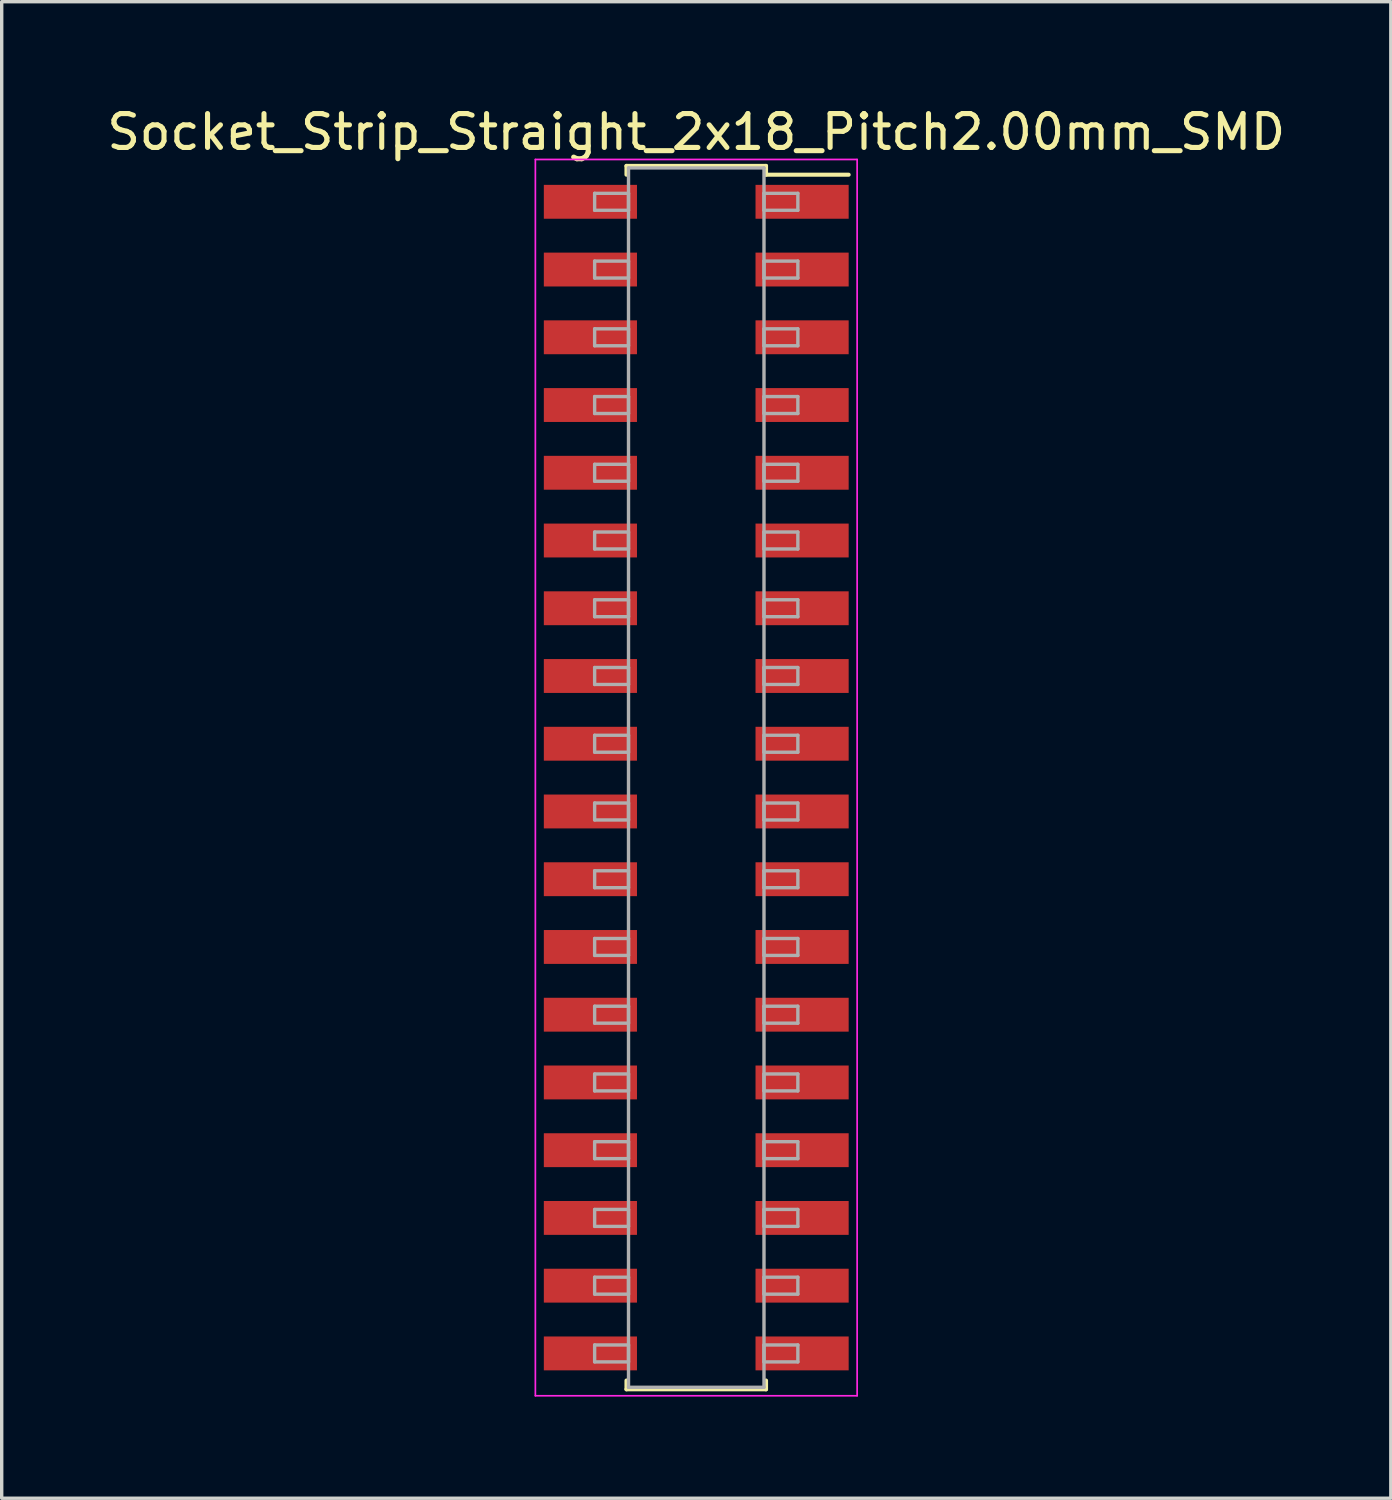
<source format=kicad_pcb>
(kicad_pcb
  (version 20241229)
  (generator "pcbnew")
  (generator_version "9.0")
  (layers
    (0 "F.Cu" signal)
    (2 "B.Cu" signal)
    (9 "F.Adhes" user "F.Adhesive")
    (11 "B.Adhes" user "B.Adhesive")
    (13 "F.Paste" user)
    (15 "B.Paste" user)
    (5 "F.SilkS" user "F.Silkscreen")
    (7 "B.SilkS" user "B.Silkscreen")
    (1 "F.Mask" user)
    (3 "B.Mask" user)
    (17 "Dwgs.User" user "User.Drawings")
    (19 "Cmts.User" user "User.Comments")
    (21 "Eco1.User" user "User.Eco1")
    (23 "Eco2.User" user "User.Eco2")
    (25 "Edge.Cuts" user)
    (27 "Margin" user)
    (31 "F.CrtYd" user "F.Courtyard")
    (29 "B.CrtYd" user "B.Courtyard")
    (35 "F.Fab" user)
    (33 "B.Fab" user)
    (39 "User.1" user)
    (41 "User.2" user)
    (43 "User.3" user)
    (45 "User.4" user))
  (footprint "Socket_Strip_Straight_2x18_Pitch2.00mm_SMD"
    (layer "F.Cu")
    (at 17.506 19.908)
    (property "Reference" "Socket_Strip_Straight_2x18_Pitch2.00mm_SMD" (at 0 -19.06 0) (layer "F.SilkS") (effects (font (size 1 1) (thickness 0.15))))
    (attr smd)
    (fp_line (start -2.06 -18.06) (end 2.06 -18.06) (stroke (width 0.12) (type solid)) (layer "F.SilkS"))
    (fp_line (start -2.06 -17.8) (end -2.06 -18.06) (stroke (width 0.12) (type solid)) (layer "F.SilkS"))
    (fp_line (start -2.06 17.8) (end -2.06 18.06) (stroke (width 0.12) (type solid)) (layer "F.SilkS"))
    (fp_line (start -2.06 18.06) (end 2.06 18.06) (stroke (width 0.12) (type solid)) (layer "F.SilkS"))
    (fp_line (start 2.06 -18.06) (end 2.06 -17.8) (stroke (width 0.12) (type solid)) (layer "F.SilkS"))
    (fp_line (start 2.06 18.06) (end 2.06 17.8) (stroke (width 0.12) (type solid)) (layer "F.SilkS"))
    (fp_line (start 4.5 -17.8) (end 2.06 -17.8) (stroke (width 0.12) (type solid)) (layer "F.SilkS"))
    (fp_line (start -4.75 -18.25) (end -4.75 18.25) (stroke (width 0.05) (type solid)) (layer "F.CrtYd"))
    (fp_line (start -4.75 18.25) (end 4.75 18.25) (stroke (width 0.05) (type solid)) (layer "F.CrtYd"))
    (fp_line (start 4.75 -18.25) (end -4.75 -18.25) (stroke (width 0.05) (type solid)) (layer "F.CrtYd"))
    (fp_line (start 4.75 18.25) (end 4.75 -18.25) (stroke (width 0.05) (type solid)) (layer "F.CrtYd"))
    (fp_line (start -3 -17.25) (end -2 -17.25) (stroke (width 0.1) (type solid)) (layer "F.Fab"))
    (fp_line (start -3 -16.75) (end -3 -17.25) (stroke (width 0.1) (type solid)) (layer "F.Fab"))
    (fp_line (start -3 -15.25) (end -2 -15.25) (stroke (width 0.1) (type solid)) (layer "F.Fab"))
    (fp_line (start -3 -14.75) (end -3 -15.25) (stroke (width 0.1) (type solid)) (layer "F.Fab"))
    (fp_line (start -3 -13.25) (end -2 -13.25) (stroke (width 0.1) (type solid)) (layer "F.Fab"))
    (fp_line (start -3 -12.75) (end -3 -13.25) (stroke (width 0.1) (type solid)) (layer "F.Fab"))
    (fp_line (start -3 -11.25) (end -2 -11.25) (stroke (width 0.1) (type solid)) (layer "F.Fab"))
    (fp_line (start -3 -10.75) (end -3 -11.25) (stroke (width 0.1) (type solid)) (layer "F.Fab"))
    (fp_line (start -3 -9.25) (end -2 -9.25) (stroke (width 0.1) (type solid)) (layer "F.Fab"))
    (fp_line (start -3 -8.75) (end -3 -9.25) (stroke (width 0.1) (type solid)) (layer "F.Fab"))
    (fp_line (start -3 -7.25) (end -2 -7.25) (stroke (width 0.1) (type solid)) (layer "F.Fab"))
    (fp_line (start -3 -6.75) (end -3 -7.25) (stroke (width 0.1) (type solid)) (layer "F.Fab"))
    (fp_line (start -3 -5.25) (end -2 -5.25) (stroke (width 0.1) (type solid)) (layer "F.Fab"))
    (fp_line (start -3 -4.75) (end -3 -5.25) (stroke (width 0.1) (type solid)) (layer "F.Fab"))
    (fp_line (start -3 -3.25) (end -2 -3.25) (stroke (width 0.1) (type solid)) (layer "F.Fab"))
    (fp_line (start -3 -2.75) (end -3 -3.25) (stroke (width 0.1) (type solid)) (layer "F.Fab"))
    (fp_line (start -3 -1.25) (end -2 -1.25) (stroke (width 0.1) (type solid)) (layer "F.Fab"))
    (fp_line (start -3 -0.75) (end -3 -1.25) (stroke (width 0.1) (type solid)) (layer "F.Fab"))
    (fp_line (start -3 0.75) (end -2 0.75) (stroke (width 0.1) (type solid)) (layer "F.Fab"))
    (fp_line (start -3 1.25) (end -3 0.75) (stroke (width 0.1) (type solid)) (layer "F.Fab"))
    (fp_line (start -3 2.75) (end -2 2.75) (stroke (width 0.1) (type solid)) (layer "F.Fab"))
    (fp_line (start -3 3.25) (end -3 2.75) (stroke (width 0.1) (type solid)) (layer "F.Fab"))
    (fp_line (start -3 4.75) (end -2 4.75) (stroke (width 0.1) (type solid)) (layer "F.Fab"))
    (fp_line (start -3 5.25) (end -3 4.75) (stroke (width 0.1) (type solid)) (layer "F.Fab"))
    (fp_line (start -3 6.75) (end -2 6.75) (stroke (width 0.1) (type solid)) (layer "F.Fab"))
    (fp_line (start -3 7.25) (end -3 6.75) (stroke (width 0.1) (type solid)) (layer "F.Fab"))
    (fp_line (start -3 8.75) (end -2 8.75) (stroke (width 0.1) (type solid)) (layer "F.Fab"))
    (fp_line (start -3 9.25) (end -3 8.75) (stroke (width 0.1) (type solid)) (layer "F.Fab"))
    (fp_line (start -3 10.75) (end -2 10.75) (stroke (width 0.1) (type solid)) (layer "F.Fab"))
    (fp_line (start -3 11.25) (end -3 10.75) (stroke (width 0.1) (type solid)) (layer "F.Fab"))
    (fp_line (start -3 12.75) (end -2 12.75) (stroke (width 0.1) (type solid)) (layer "F.Fab"))
    (fp_line (start -3 13.25) (end -3 12.75) (stroke (width 0.1) (type solid)) (layer "F.Fab"))
    (fp_line (start -3 14.75) (end -2 14.75) (stroke (width 0.1) (type solid)) (layer "F.Fab"))
    (fp_line (start -3 15.25) (end -3 14.75) (stroke (width 0.1) (type solid)) (layer "F.Fab"))
    (fp_line (start -3 16.75) (end -2 16.75) (stroke (width 0.1) (type solid)) (layer "F.Fab"))
    (fp_line (start -3 17.25) (end -3 16.75) (stroke (width 0.1) (type solid)) (layer "F.Fab"))
    (fp_line (start -2 -18) (end -2 18) (stroke (width 0.1) (type solid)) (layer "F.Fab"))
    (fp_line (start -2 -17.25) (end -2 -16.75) (stroke (width 0.1) (type solid)) (layer "F.Fab"))
    (fp_line (start -2 -16.75) (end -3 -16.75) (stroke (width 0.1) (type solid)) (layer "F.Fab"))
    (fp_line (start -2 -15.25) (end -2 -14.75) (stroke (width 0.1) (type solid)) (layer "F.Fab"))
    (fp_line (start -2 -14.75) (end -3 -14.75) (stroke (width 0.1) (type solid)) (layer "F.Fab"))
    (fp_line (start -2 -13.25) (end -2 -12.75) (stroke (width 0.1) (type solid)) (layer "F.Fab"))
    (fp_line (start -2 -12.75) (end -3 -12.75) (stroke (width 0.1) (type solid)) (layer "F.Fab"))
    (fp_line (start -2 -11.25) (end -2 -10.75) (stroke (width 0.1) (type solid)) (layer "F.Fab"))
    (fp_line (start -2 -10.75) (end -3 -10.75) (stroke (width 0.1) (type solid)) (layer "F.Fab"))
    (fp_line (start -2 -9.25) (end -2 -8.75) (stroke (width 0.1) (type solid)) (layer "F.Fab"))
    (fp_line (start -2 -8.75) (end -3 -8.75) (stroke (width 0.1) (type solid)) (layer "F.Fab"))
    (fp_line (start -2 -7.25) (end -2 -6.75) (stroke (width 0.1) (type solid)) (layer "F.Fab"))
    (fp_line (start -2 -6.75) (end -3 -6.75) (stroke (width 0.1) (type solid)) (layer "F.Fab"))
    (fp_line (start -2 -5.25) (end -2 -4.75) (stroke (width 0.1) (type solid)) (layer "F.Fab"))
    (fp_line (start -2 -4.75) (end -3 -4.75) (stroke (width 0.1) (type solid)) (layer "F.Fab"))
    (fp_line (start -2 -3.25) (end -2 -2.75) (stroke (width 0.1) (type solid)) (layer "F.Fab"))
    (fp_line (start -2 -2.75) (end -3 -2.75) (stroke (width 0.1) (type solid)) (layer "F.Fab"))
    (fp_line (start -2 -1.25) (end -2 -0.75) (stroke (width 0.1) (type solid)) (layer "F.Fab"))
    (fp_line (start -2 -0.75) (end -3 -0.75) (stroke (width 0.1) (type solid)) (layer "F.Fab"))
    (fp_line (start -2 0.75) (end -2 1.25) (stroke (width 0.1) (type solid)) (layer "F.Fab"))
    (fp_line (start -2 1.25) (end -3 1.25) (stroke (width 0.1) (type solid)) (layer "F.Fab"))
    (fp_line (start -2 2.75) (end -2 3.25) (stroke (width 0.1) (type solid)) (layer "F.Fab"))
    (fp_line (start -2 3.25) (end -3 3.25) (stroke (width 0.1) (type solid)) (layer "F.Fab"))
    (fp_line (start -2 4.75) (end -2 5.25) (stroke (width 0.1) (type solid)) (layer "F.Fab"))
    (fp_line (start -2 5.25) (end -3 5.25) (stroke (width 0.1) (type solid)) (layer "F.Fab"))
    (fp_line (start -2 6.75) (end -2 7.25) (stroke (width 0.1) (type solid)) (layer "F.Fab"))
    (fp_line (start -2 7.25) (end -3 7.25) (stroke (width 0.1) (type solid)) (layer "F.Fab"))
    (fp_line (start -2 8.75) (end -2 9.25) (stroke (width 0.1) (type solid)) (layer "F.Fab"))
    (fp_line (start -2 9.25) (end -3 9.25) (stroke (width 0.1) (type solid)) (layer "F.Fab"))
    (fp_line (start -2 10.75) (end -2 11.25) (stroke (width 0.1) (type solid)) (layer "F.Fab"))
    (fp_line (start -2 11.25) (end -3 11.25) (stroke (width 0.1) (type solid)) (layer "F.Fab"))
    (fp_line (start -2 12.75) (end -2 13.25) (stroke (width 0.1) (type solid)) (layer "F.Fab"))
    (fp_line (start -2 13.25) (end -3 13.25) (stroke (width 0.1) (type solid)) (layer "F.Fab"))
    (fp_line (start -2 14.75) (end -2 15.25) (stroke (width 0.1) (type solid)) (layer "F.Fab"))
    (fp_line (start -2 15.25) (end -3 15.25) (stroke (width 0.1) (type solid)) (layer "F.Fab"))
    (fp_line (start -2 16.75) (end -2 17.25) (stroke (width 0.1) (type solid)) (layer "F.Fab"))
    (fp_line (start -2 17.25) (end -3 17.25) (stroke (width 0.1) (type solid)) (layer "F.Fab"))
    (fp_line (start -2 18) (end 2 18) (stroke (width 0.1) (type solid)) (layer "F.Fab"))
    (fp_line (start 2 -18) (end -2 -18) (stroke (width 0.1) (type solid)) (layer "F.Fab"))
    (fp_line (start 2 -17.25) (end 2 -16.75) (stroke (width 0.1) (type solid)) (layer "F.Fab"))
    (fp_line (start 2 -16.75) (end 3 -16.75) (stroke (width 0.1) (type solid)) (layer "F.Fab"))
    (fp_line (start 2 -15.25) (end 2 -14.75) (stroke (width 0.1) (type solid)) (layer "F.Fab"))
    (fp_line (start 2 -14.75) (end 3 -14.75) (stroke (width 0.1) (type solid)) (layer "F.Fab"))
    (fp_line (start 2 -13.25) (end 2 -12.75) (stroke (width 0.1) (type solid)) (layer "F.Fab"))
    (fp_line (start 2 -12.75) (end 3 -12.75) (stroke (width 0.1) (type solid)) (layer "F.Fab"))
    (fp_line (start 2 -11.25) (end 2 -10.75) (stroke (width 0.1) (type solid)) (layer "F.Fab"))
    (fp_line (start 2 -10.75) (end 3 -10.75) (stroke (width 0.1) (type solid)) (layer "F.Fab"))
    (fp_line (start 2 -9.25) (end 2 -8.75) (stroke (width 0.1) (type solid)) (layer "F.Fab"))
    (fp_line (start 2 -8.75) (end 3 -8.75) (stroke (width 0.1) (type solid)) (layer "F.Fab"))
    (fp_line (start 2 -7.25) (end 2 -6.75) (stroke (width 0.1) (type solid)) (layer "F.Fab"))
    (fp_line (start 2 -6.75) (end 3 -6.75) (stroke (width 0.1) (type solid)) (layer "F.Fab"))
    (fp_line (start 2 -5.25) (end 2 -4.75) (stroke (width 0.1) (type solid)) (layer "F.Fab"))
    (fp_line (start 2 -4.75) (end 3 -4.75) (stroke (width 0.1) (type solid)) (layer "F.Fab"))
    (fp_line (start 2 -3.25) (end 2 -2.75) (stroke (width 0.1) (type solid)) (layer "F.Fab"))
    (fp_line (start 2 -2.75) (end 3 -2.75) (stroke (width 0.1) (type solid)) (layer "F.Fab"))
    (fp_line (start 2 -1.25) (end 2 -0.75) (stroke (width 0.1) (type solid)) (layer "F.Fab"))
    (fp_line (start 2 -0.75) (end 3 -0.75) (stroke (width 0.1) (type solid)) (layer "F.Fab"))
    (fp_line (start 2 0.75) (end 2 1.25) (stroke (width 0.1) (type solid)) (layer "F.Fab"))
    (fp_line (start 2 1.25) (end 3 1.25) (stroke (width 0.1) (type solid)) (layer "F.Fab"))
    (fp_line (start 2 2.75) (end 2 3.25) (stroke (width 0.1) (type solid)) (layer "F.Fab"))
    (fp_line (start 2 3.25) (end 3 3.25) (stroke (width 0.1) (type solid)) (layer "F.Fab"))
    (fp_line (start 2 4.75) (end 2 5.25) (stroke (width 0.1) (type solid)) (layer "F.Fab"))
    (fp_line (start 2 5.25) (end 3 5.25) (stroke (width 0.1) (type solid)) (layer "F.Fab"))
    (fp_line (start 2 6.75) (end 2 7.25) (stroke (width 0.1) (type solid)) (layer "F.Fab"))
    (fp_line (start 2 7.25) (end 3 7.25) (stroke (width 0.1) (type solid)) (layer "F.Fab"))
    (fp_line (start 2 8.75) (end 2 9.25) (stroke (width 0.1) (type solid)) (layer "F.Fab"))
    (fp_line (start 2 9.25) (end 3 9.25) (stroke (width 0.1) (type solid)) (layer "F.Fab"))
    (fp_line (start 2 10.75) (end 2 11.25) (stroke (width 0.1) (type solid)) (layer "F.Fab"))
    (fp_line (start 2 11.25) (end 3 11.25) (stroke (width 0.1) (type solid)) (layer "F.Fab"))
    (fp_line (start 2 12.75) (end 2 13.25) (stroke (width 0.1) (type solid)) (layer "F.Fab"))
    (fp_line (start 2 13.25) (end 3 13.25) (stroke (width 0.1) (type solid)) (layer "F.Fab"))
    (fp_line (start 2 14.75) (end 2 15.25) (stroke (width 0.1) (type solid)) (layer "F.Fab"))
    (fp_line (start 2 15.25) (end 3 15.25) (stroke (width 0.1) (type solid)) (layer "F.Fab"))
    (fp_line (start 2 16.75) (end 2 17.25) (stroke (width 0.1) (type solid)) (layer "F.Fab"))
    (fp_line (start 2 17.25) (end 3 17.25) (stroke (width 0.1) (type solid)) (layer "F.Fab"))
    (fp_line (start 2 18) (end 2 -18) (stroke (width 0.1) (type solid)) (layer "F.Fab"))
    (fp_line (start 3 -17.25) (end 2 -17.25) (stroke (width 0.1) (type solid)) (layer "F.Fab"))
    (fp_line (start 3 -16.75) (end 3 -17.25) (stroke (width 0.1) (type solid)) (layer "F.Fab"))
    (fp_line (start 3 -15.25) (end 2 -15.25) (stroke (width 0.1) (type solid)) (layer "F.Fab"))
    (fp_line (start 3 -14.75) (end 3 -15.25) (stroke (width 0.1) (type solid)) (layer "F.Fab"))
    (fp_line (start 3 -13.25) (end 2 -13.25) (stroke (width 0.1) (type solid)) (layer "F.Fab"))
    (fp_line (start 3 -12.75) (end 3 -13.25) (stroke (width 0.1) (type solid)) (layer "F.Fab"))
    (fp_line (start 3 -11.25) (end 2 -11.25) (stroke (width 0.1) (type solid)) (layer "F.Fab"))
    (fp_line (start 3 -10.75) (end 3 -11.25) (stroke (width 0.1) (type solid)) (layer "F.Fab"))
    (fp_line (start 3 -9.25) (end 2 -9.25) (stroke (width 0.1) (type solid)) (layer "F.Fab"))
    (fp_line (start 3 -8.75) (end 3 -9.25) (stroke (width 0.1) (type solid)) (layer "F.Fab"))
    (fp_line (start 3 -7.25) (end 2 -7.25) (stroke (width 0.1) (type solid)) (layer "F.Fab"))
    (fp_line (start 3 -6.75) (end 3 -7.25) (stroke (width 0.1) (type solid)) (layer "F.Fab"))
    (fp_line (start 3 -5.25) (end 2 -5.25) (stroke (width 0.1) (type solid)) (layer "F.Fab"))
    (fp_line (start 3 -4.75) (end 3 -5.25) (stroke (width 0.1) (type solid)) (layer "F.Fab"))
    (fp_line (start 3 -3.25) (end 2 -3.25) (stroke (width 0.1) (type solid)) (layer "F.Fab"))
    (fp_line (start 3 -2.75) (end 3 -3.25) (stroke (width 0.1) (type solid)) (layer "F.Fab"))
    (fp_line (start 3 -1.25) (end 2 -1.25) (stroke (width 0.1) (type solid)) (layer "F.Fab"))
    (fp_line (start 3 -0.75) (end 3 -1.25) (stroke (width 0.1) (type solid)) (layer "F.Fab"))
    (fp_line (start 3 0.75) (end 2 0.75) (stroke (width 0.1) (type solid)) (layer "F.Fab"))
    (fp_line (start 3 1.25) (end 3 0.75) (stroke (width 0.1) (type solid)) (layer "F.Fab"))
    (fp_line (start 3 2.75) (end 2 2.75) (stroke (width 0.1) (type solid)) (layer "F.Fab"))
    (fp_line (start 3 3.25) (end 3 2.75) (stroke (width 0.1) (type solid)) (layer "F.Fab"))
    (fp_line (start 3 4.75) (end 2 4.75) (stroke (width 0.1) (type solid)) (layer "F.Fab"))
    (fp_line (start 3 5.25) (end 3 4.75) (stroke (width 0.1) (type solid)) (layer "F.Fab"))
    (fp_line (start 3 6.75) (end 2 6.75) (stroke (width 0.1) (type solid)) (layer "F.Fab"))
    (fp_line (start 3 7.25) (end 3 6.75) (stroke (width 0.1) (type solid)) (layer "F.Fab"))
    (fp_line (start 3 8.75) (end 2 8.75) (stroke (width 0.1) (type solid)) (layer "F.Fab"))
    (fp_line (start 3 9.25) (end 3 8.75) (stroke (width 0.1) (type solid)) (layer "F.Fab"))
    (fp_line (start 3 10.75) (end 2 10.75) (stroke (width 0.1) (type solid)) (layer "F.Fab"))
    (fp_line (start 3 11.25) (end 3 10.75) (stroke (width 0.1) (type solid)) (layer "F.Fab"))
    (fp_line (start 3 12.75) (end 2 12.75) (stroke (width 0.1) (type solid)) (layer "F.Fab"))
    (fp_line (start 3 13.25) (end 3 12.75) (stroke (width 0.1) (type solid)) (layer "F.Fab"))
    (fp_line (start 3 14.75) (end 2 14.75) (stroke (width 0.1) (type solid)) (layer "F.Fab"))
    (fp_line (start 3 15.25) (end 3 14.75) (stroke (width 0.1) (type solid)) (layer "F.Fab"))
    (fp_line (start 3 16.75) (end 2 16.75) (stroke (width 0.1) (type solid)) (layer "F.Fab"))
    (fp_line (start 3 17.25) (end 3 16.75) (stroke (width 0.1) (type solid)) (layer "F.Fab"))
    (pad "1" smd rect (at 3.125 -17) (size 2.75 1) (layers "F.Cu" "F.Mask"))
    (pad "2" smd rect (at -3.125 -17) (size 2.75 1) (layers "F.Cu" "F.Mask"))
    (pad "3" smd rect (at 3.125 -15) (size 2.75 1) (layers "F.Cu" "F.Mask"))
    (pad "4" smd rect (at -3.125 -15) (size 2.75 1) (layers "F.Cu" "F.Mask"))
    (pad "5" smd rect (at 3.125 -13) (size 2.75 1) (layers "F.Cu" "F.Mask"))
    (pad "6" smd rect (at -3.125 -13) (size 2.75 1) (layers "F.Cu" "F.Mask"))
    (pad "7" smd rect (at 3.125 -11) (size 2.75 1) (layers "F.Cu" "F.Mask"))
    (pad "8" smd rect (at -3.125 -11) (size 2.75 1) (layers "F.Cu" "F.Mask"))
    (pad "9" smd rect (at 3.125 -9) (size 2.75 1) (layers "F.Cu" "F.Mask"))
    (pad "10" smd rect (at -3.125 -9) (size 2.75 1) (layers "F.Cu" "F.Mask"))
    (pad "11" smd rect (at 3.125 -7) (size 2.75 1) (layers "F.Cu" "F.Mask"))
    (pad "12" smd rect (at -3.125 -7) (size 2.75 1) (layers "F.Cu" "F.Mask"))
    (pad "13" smd rect (at 3.125 -5) (size 2.75 1) (layers "F.Cu" "F.Mask"))
    (pad "14" smd rect (at -3.125 -5) (size 2.75 1) (layers "F.Cu" "F.Mask"))
    (pad "15" smd rect (at 3.125 -3) (size 2.75 1) (layers "F.Cu" "F.Mask"))
    (pad "16" smd rect (at -3.125 -3) (size 2.75 1) (layers "F.Cu" "F.Mask"))
    (pad "17" smd rect (at 3.125 -1) (size 2.75 1) (layers "F.Cu" "F.Mask"))
    (pad "18" smd rect (at -3.125 -1) (size 2.75 1) (layers "F.Cu" "F.Mask"))
    (pad "19" smd rect (at 3.125 1) (size 2.75 1) (layers "F.Cu" "F.Mask"))
    (pad "20" smd rect (at -3.125 1) (size 2.75 1) (layers "F.Cu" "F.Mask"))
    (pad "21" smd rect (at 3.125 3) (size 2.75 1) (layers "F.Cu" "F.Mask"))
    (pad "22" smd rect (at -3.125 3) (size 2.75 1) (layers "F.Cu" "F.Mask"))
    (pad "23" smd rect (at 3.125 5) (size 2.75 1) (layers "F.Cu" "F.Mask"))
    (pad "24" smd rect (at -3.125 5) (size 2.75 1) (layers "F.Cu" "F.Mask"))
    (pad "25" smd rect (at 3.125 7) (size 2.75 1) (layers "F.Cu" "F.Mask"))
    (pad "26" smd rect (at -3.125 7) (size 2.75 1) (layers "F.Cu" "F.Mask"))
    (pad "27" smd rect (at 3.125 9) (size 2.75 1) (layers "F.Cu" "F.Mask"))
    (pad "28" smd rect (at -3.125 9) (size 2.75 1) (layers "F.Cu" "F.Mask"))
    (pad "29" smd rect (at 3.125 11) (size 2.75 1) (layers "F.Cu" "F.Mask"))
    (pad "30" smd rect (at -3.125 11) (size 2.75 1) (layers "F.Cu" "F.Mask"))
    (pad "31" smd rect (at 3.125 13) (size 2.75 1) (layers "F.Cu" "F.Mask"))
    (pad "32" smd rect (at -3.125 13) (size 2.75 1) (layers "F.Cu" "F.Mask"))
    (pad "33" smd rect (at 3.125 15) (size 2.75 1) (layers "F.Cu" "F.Mask"))
    (pad "34" smd rect (at -3.125 15) (size 2.75 1) (layers "F.Cu" "F.Mask"))
    (pad "35" smd rect (at 3.125 17) (size 2.75 1) (layers "F.Cu" "F.Mask"))
    (pad "36" smd rect (at -3.125 17) (size 2.75 1) (layers "F.Cu" "F.Mask")))
  (gr_rect
    (start -3 -3)
    (end 38.012 41.183)
    (stroke (width 0.1) (type default))
    (fill no)
    (layer "Edge.Cuts")))
</source>
